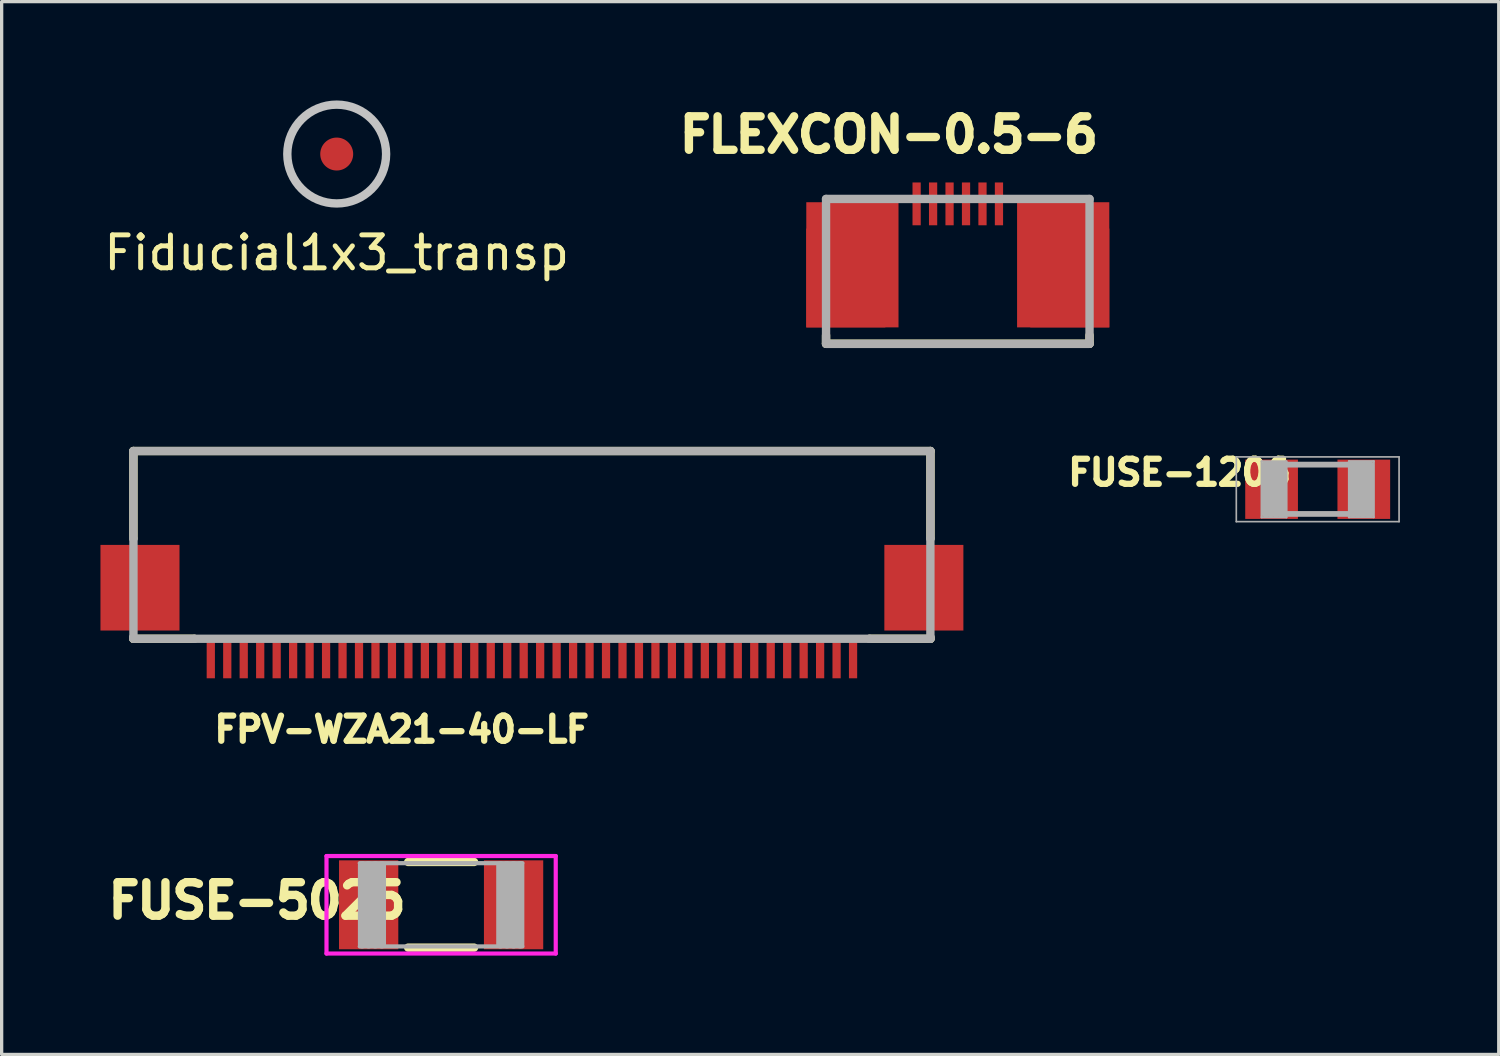
<source format=kicad_pcb>
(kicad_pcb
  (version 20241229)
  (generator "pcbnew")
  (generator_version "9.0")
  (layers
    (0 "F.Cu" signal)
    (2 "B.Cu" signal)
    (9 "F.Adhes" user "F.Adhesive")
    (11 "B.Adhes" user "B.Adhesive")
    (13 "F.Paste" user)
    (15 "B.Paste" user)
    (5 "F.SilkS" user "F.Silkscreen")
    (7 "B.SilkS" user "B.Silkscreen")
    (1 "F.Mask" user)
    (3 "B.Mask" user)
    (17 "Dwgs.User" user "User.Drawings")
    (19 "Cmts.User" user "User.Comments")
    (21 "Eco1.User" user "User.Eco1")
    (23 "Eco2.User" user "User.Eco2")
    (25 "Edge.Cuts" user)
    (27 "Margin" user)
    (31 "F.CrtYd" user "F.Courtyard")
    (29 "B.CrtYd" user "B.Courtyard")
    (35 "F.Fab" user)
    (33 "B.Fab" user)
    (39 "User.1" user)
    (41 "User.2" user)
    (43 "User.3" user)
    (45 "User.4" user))
  (footprint "FLEXCON-0.5-6"
    (layer "F.Cu")
    (at 26.03 5.29)
    (property "Reference" "FLEXCON-0.5-6" (at -2.092 -4.25 0) (layer "F.SilkS") (effects (font (size 1.016 1.016) (thickness 0.254))))
    (attr through_hole)
    (fp_line (start -4 2.095) (end -4 1.841) (stroke (width 0.254) (type solid)) (layer "F.SilkS"))
    (fp_line (start -4 2.095) (end 4 2.095) (stroke (width 0.254) (type solid)) (layer "F.SilkS"))
    (fp_line (start 4 2.095) (end 4 1.841) (stroke (width 0.254) (type solid)) (layer "F.SilkS"))
    (fp_line (start -4 -2.3) (end -4 2.1) (stroke (width 0.254) (type solid)) (layer "F.Fab"))
    (fp_line (start -4 2.1) (end 4 2.1) (stroke (width 0.254) (type solid)) (layer "F.Fab"))
    (fp_line (start 4 -2.3) (end -4 -2.3) (stroke (width 0.254) (type solid)) (layer "F.Fab"))
    (fp_line (start 4 2.1) (end 4 -2.3) (stroke (width 0.254) (type solid)) (layer "F.Fab"))
    (pad "0" smd rect (at -3.4 0.1) (size 2.4 3) (layers "F.Cu" "F.Mask" "F.Paste"))
    (pad "0" smd rect (at -3.2 -0.3) (size 2.8 3.8) (layers "F.Cu"))
    (pad "0" smd rect (at 3.2 -0.3) (size 2.8 3.8) (layers "F.Cu"))
    (pad "0" smd rect (at 3.4 0.1) (size 2.4 3) (layers "F.Cu" "F.Mask" "F.Paste"))
    (pad "1" smd rect (at -1.25 -2.15) (size 0.25 1.3) (layers "F.Cu" "F.Mask" "F.Paste"))
    (pad "2" smd rect (at -0.75 -2.15) (size 0.25 1.3) (layers "F.Cu" "F.Mask" "F.Paste"))
    (pad "3" smd rect (at -0.25 -2.15) (size 0.25 1.3) (layers "F.Cu" "F.Mask" "F.Paste"))
    (pad "4" smd rect (at 0.25 -2.15) (size 0.25 1.3) (layers "F.Cu" "F.Mask" "F.Paste"))
    (pad "5" smd rect (at 0.75 -2.15) (size 0.25 1.3) (layers "F.Cu" "F.Mask" "F.Paste"))
    (pad "6" smd rect (at 1.25 -2.15) (size 0.25 1.3) (layers "F.Cu" "F.Mask" "F.Paste")))
  (footprint "FPV-WZA21-40-LF"
    (layer "F.Cu")
    (at 13.1 14.144)
    (property "Reference" "FPV-WZA21-40-LF" (at -3.953 4.953 0) (layer "F.SilkS") (effects (font (size 0.762 0.762) (thickness 0.191))))
    (attr smd)
    (fp_line (start -12.1 -3.5) (end 12.1 -3.5) (stroke (width 0.254) (type solid)) (layer "F.SilkS"))
    (fp_line (start -12.1 -0.84) (end -12.1 -3.5) (stroke (width 0.254) (type solid)) (layer "F.SilkS"))
    (fp_line (start -12.1 2.2) (end -12.1 2.16) (stroke (width 0.254) (type solid)) (layer "F.SilkS"))
    (fp_line (start -10.25 2.2) (end -12.1 2.2) (stroke (width 0.254) (type solid)) (layer "F.SilkS"))
    (fp_line (start 12.1 -3.5) (end 12.1 -0.84) (stroke (width 0.254) (type solid)) (layer "F.SilkS"))
    (fp_line (start 12.1 2.16) (end 12.1 2.2) (stroke (width 0.254) (type solid)) (layer "F.SilkS"))
    (fp_line (start 12.1 2.2) (end 10.25 2.2) (stroke (width 0.254) (type solid)) (layer "F.SilkS"))
    (fp_line (start -12.1 -3.5) (end -12.1 -0.85) (stroke (width 0.254) (type solid)) (layer "F.Fab"))
    (fp_line (start -12.1 2.15) (end -12.1 2.2) (stroke (width 0.254) (type solid)) (layer "F.Fab"))
    (fp_line (start -12.1 2.2) (end -10.25 2.2) (stroke (width 0.254) (type solid)) (layer "F.Fab"))
    (fp_line (start -12.098 2.159) (end -12.098 -0.838) (stroke (width 0.254) (type solid)) (layer "F.Fab"))
    (fp_line (start 10.249 2.2) (end -10.249 2.2) (stroke (width 0.254) (type solid)) (layer "F.Fab"))
    (fp_line (start 12.098 -0.838) (end 12.098 2.159) (stroke (width 0.254) (type solid)) (layer "F.Fab"))
    (fp_line (start 12.1 -3.5) (end -12.1 -3.5) (stroke (width 0.254) (type solid)) (layer "F.Fab"))
    (fp_line (start 12.1 -0.85) (end 12.1 -3.5) (stroke (width 0.254) (type solid)) (layer "F.Fab"))
    (fp_line (start 12.1 2.15) (end 12.1 2.2) (stroke (width 0.254) (type solid)) (layer "F.Fab"))
    (fp_line (start 12.1 2.2) (end 10.25 2.2) (stroke (width 0.254) (type solid)) (layer "F.Fab"))
    (pad "0" smd rect (at -11.9 0.65 180) (size 2.4 2.6) (layers "F.Cu" "F.Mask" "F.Paste"))
    (pad "0" smd rect (at 11.9 0.65 180) (size 2.4 2.6) (layers "F.Cu" "F.Mask" "F.Paste"))
    (pad "1" smd rect (at -9.75 2.75 180) (size 0.25 1.3) (layers "F.Cu" "F.Mask" "F.Paste"))
    (pad "2" smd rect (at -9.25 2.75 180) (size 0.25 1.3) (layers "F.Cu" "F.Mask" "F.Paste"))
    (pad "3" smd rect (at -8.75 2.75 180) (size 0.25 1.3) (layers "F.Cu" "F.Mask" "F.Paste"))
    (pad "4" smd rect (at -8.25 2.75 180) (size 0.25 1.3) (layers "F.Cu" "F.Mask" "F.Paste"))
    (pad "5" smd rect (at -7.75 2.75 180) (size 0.25 1.3) (layers "F.Cu" "F.Mask" "F.Paste"))
    (pad "6" smd rect (at -7.25 2.75 180) (size 0.25 1.3) (layers "F.Cu" "F.Mask" "F.Paste"))
    (pad "7" smd rect (at -6.75 2.75 180) (size 0.25 1.3) (layers "F.Cu" "F.Mask" "F.Paste"))
    (pad "8" smd rect (at -6.25 2.75 180) (size 0.25 1.3) (layers "F.Cu" "F.Mask" "F.Paste"))
    (pad "9" smd rect (at -5.75 2.75 180) (size 0.25 1.3) (layers "F.Cu" "F.Mask" "F.Paste"))
    (pad "10" smd rect (at -5.25 2.75 180) (size 0.25 1.3) (layers "F.Cu" "F.Mask" "F.Paste"))
    (pad "11" smd rect (at -4.75 2.75 180) (size 0.25 1.3) (layers "F.Cu" "F.Mask" "F.Paste"))
    (pad "12" smd rect (at -4.25 2.75 180) (size 0.25 1.3) (layers "F.Cu" "F.Mask" "F.Paste"))
    (pad "13" smd rect (at -3.75 2.75 180) (size 0.25 1.3) (layers "F.Cu" "F.Mask" "F.Paste"))
    (pad "14" smd rect (at -3.25 2.75 180) (size 0.25 1.3) (layers "F.Cu" "F.Mask" "F.Paste"))
    (pad "15" smd rect (at -2.75 2.75 180) (size 0.25 1.3) (layers "F.Cu" "F.Mask" "F.Paste"))
    (pad "16" smd rect (at -2.25 2.75 180) (size 0.25 1.3) (layers "F.Cu" "F.Mask" "F.Paste"))
    (pad "17" smd rect (at -1.75 2.75 180) (size 0.25 1.3) (layers "F.Cu" "F.Mask" "F.Paste"))
    (pad "18" smd rect (at -1.25 2.75 180) (size 0.25 1.3) (layers "F.Cu" "F.Mask" "F.Paste"))
    (pad "19" smd rect (at -0.75 2.75 180) (size 0.25 1.3) (layers "F.Cu" "F.Mask" "F.Paste"))
    (pad "20" smd rect (at -0.25 2.75 180) (size 0.25 1.3) (layers "F.Cu" "F.Mask" "F.Paste"))
    (pad "21" smd rect (at 0.25 2.75 180) (size 0.25 1.3) (layers "F.Cu" "F.Mask" "F.Paste"))
    (pad "22" smd rect (at 0.75 2.75 180) (size 0.25 1.3) (layers "F.Cu" "F.Mask" "F.Paste"))
    (pad "23" smd rect (at 1.25 2.75 180) (size 0.25 1.3) (layers "F.Cu" "F.Mask" "F.Paste"))
    (pad "24" smd rect (at 1.75 2.75 180) (size 0.25 1.3) (layers "F.Cu" "F.Mask" "F.Paste"))
    (pad "25" smd rect (at 2.25 2.75 180) (size 0.25 1.3) (layers "F.Cu" "F.Mask" "F.Paste"))
    (pad "26" smd rect (at 2.75 2.75 180) (size 0.25 1.3) (layers "F.Cu" "F.Mask" "F.Paste"))
    (pad "27" smd rect (at 3.25 2.75 180) (size 0.25 1.3) (layers "F.Cu" "F.Mask" "F.Paste"))
    (pad "28" smd rect (at 3.75 2.75 180) (size 0.25 1.3) (layers "F.Cu" "F.Mask" "F.Paste"))
    (pad "29" smd rect (at 4.25 2.75 180) (size 0.25 1.3) (layers "F.Cu" "F.Mask" "F.Paste"))
    (pad "30" smd rect (at 4.75 2.75 180) (size 0.25 1.3) (layers "F.Cu" "F.Mask" "F.Paste"))
    (pad "31" smd rect (at 5.25 2.75 180) (size 0.25 1.3) (layers "F.Cu" "F.Mask" "F.Paste"))
    (pad "32" smd rect (at 5.75 2.75 180) (size 0.25 1.3) (layers "F.Cu" "F.Mask" "F.Paste"))
    (pad "33" smd rect (at 6.25 2.75 180) (size 0.25 1.3) (layers "F.Cu" "F.Mask" "F.Paste"))
    (pad "34" smd rect (at 6.75 2.75 180) (size 0.25 1.3) (layers "F.Cu" "F.Mask" "F.Paste"))
    (pad "35" smd rect (at 7.25 2.75 180) (size 0.25 1.3) (layers "F.Cu" "F.Mask" "F.Paste"))
    (pad "36" smd rect (at 7.75 2.75 180) (size 0.25 1.3) (layers "F.Cu" "F.Mask" "F.Paste"))
    (pad "37" smd rect (at 8.25 2.75 180) (size 0.25 1.3) (layers "F.Cu" "F.Mask" "F.Paste"))
    (pad "38" smd rect (at 8.75 2.75 180) (size 0.25 1.3) (layers "F.Cu" "F.Mask" "F.Paste"))
    (pad "39" smd rect (at 9.25 2.75 180) (size 0.25 1.3) (layers "F.Cu" "F.Mask" "F.Paste"))
    (pad "40" smd rect (at 9.75 2.75 180) (size 0.25 1.3) (layers "F.Cu" "F.Mask" "F.Paste")))
  (footprint "Fiducial1x3_transp"
    (layer "F.Cu")
    (at 7.173 1.627)
    (property "Reference" "Fiducial1x3_transp" (at 0 3 0) (layer "F.SilkS") (effects (font (size 1 1) (thickness 0.15))))
    (attr smd)
    (fp_circle (center 0 0) (end 1.5 0) (stroke (width 0.254) (type solid)) (fill no) (layer "Dwgs.User"))
    (pad "Fid1" connect circle (at 0 0) (size 1 1) (layers "F.Cu" "F.Mask")))
  (footprint "FUSE-5025"
    (layer "F.Cu")
    (at 10.343 24.421)
    (property "Reference" "FUSE-5025" (at -5.588 -0.127 0) (layer "F.SilkS") (effects (font (size 1.016 1.016) (thickness 0.254))))
    (attr smd)
    (fp_line (start -1 -1.3) (end 1 -1.3) (stroke (width 0.254) (type solid)) (layer "F.SilkS"))
    (fp_line (start -1 1.3) (end 1 1.3) (stroke (width 0.254) (type solid)) (layer "F.SilkS"))
    (fp_line (start -3.48 -1.48) (end 3.48 -1.48) (stroke (width 0.127) (type solid)) (layer "F.CrtYd"))
    (fp_line (start -3.48 1.48) (end -3.48 -1.48) (stroke (width 0.127) (type solid)) (layer "F.CrtYd"))
    (fp_line (start -3.48 1.48) (end 3.48 1.48) (stroke (width 0.127) (type solid)) (layer "F.CrtYd"))
    (fp_line (start 3.48 1.48) (end 3.48 -1.48) (stroke (width 0.127) (type solid)) (layer "F.CrtYd"))
    (fp_line (start -2.471 -1.264) (end 2.471 -1.264) (stroke (width 0.127) (type solid)) (layer "F.Fab"))
    (fp_line (start -2.4 1.2) (end -2.4 -1.2) (stroke (width 0.254) (type solid)) (layer "F.Fab"))
    (fp_line (start -2.2 1.2) (end -2.2 -1.2) (stroke (width 0.254) (type solid)) (layer "F.Fab"))
    (fp_line (start -2 1.2) (end -2 -1.2) (stroke (width 0.254) (type solid)) (layer "F.Fab"))
    (fp_line (start -1.8 1.2) (end -1.8 -1.2) (stroke (width 0.254) (type solid)) (layer "F.Fab"))
    (fp_line (start 1.8 1.2) (end 1.8 -1.2) (stroke (width 0.254) (type solid)) (layer "F.Fab"))
    (fp_line (start 2 1.2) (end 2 -1.2) (stroke (width 0.254) (type solid)) (layer "F.Fab"))
    (fp_line (start 2.2 1.2) (end 2.2 -1.2) (stroke (width 0.254) (type solid)) (layer "F.Fab"))
    (fp_line (start 2.4 1.2) (end 2.4 -1.2) (stroke (width 0.254) (type solid)) (layer "F.Fab"))
    (fp_line (start 2.471 1.264) (end -2.471 1.264) (stroke (width 0.127) (type solid)) (layer "F.Fab"))
    (pad "1" smd rect (at -2.2 0) (size 1.8 2.7) (layers "F.Cu" "F.Mask" "F.Paste"))
    (pad "2" smd rect (at 2.2 0) (size 1.8 2.7) (layers "F.Cu" "F.Mask" "F.Paste")))
  (footprint "FUSE-1206"
    (layer "F.Cu")
    (at 36.957 11.805)
    (property "Reference" "FUSE-1206" (at -4.191 -0.508 0) (layer "F.SilkS") (effects (font (size 0.762 0.762) (thickness 0.191))))
    (attr smd)
    (fp_line (start -2.471 -0.983) (end 2.471 -0.983) (stroke (width 0.051) (type solid)) (layer "F.Fab"))
    (fp_line (start -2.471 0.983) (end -2.471 -0.983) (stroke (width 0.051) (type solid)) (layer "F.Fab"))
    (fp_line (start -1.702 -0.848) (end -0.95 -0.848) (stroke (width 0.066) (type solid)) (layer "F.Fab"))
    (fp_line (start -1.702 0.851) (end -1.702 -0.848) (stroke (width 0.066) (type solid)) (layer "F.Fab"))
    (fp_line (start -1.702 0.851) (end -0.95 0.851) (stroke (width 0.066) (type solid)) (layer "F.Fab"))
    (fp_line (start -1.575 -0.711) (end -1.575 0.711) (stroke (width 0.28) (type solid)) (layer "F.Fab"))
    (fp_line (start -1.422 -0.711) (end -1.422 0.711) (stroke (width 0.28) (type solid)) (layer "F.Fab"))
    (fp_line (start -1.27 -0.711) (end -1.27 0.711) (stroke (width 0.28) (type solid)) (layer "F.Fab"))
    (fp_line (start -1.118 -0.711) (end -1.118 0.711) (stroke (width 0.28) (type solid)) (layer "F.Fab"))
    (fp_line (start -1.067 -0.711) (end -1.067 0.711) (stroke (width 0.28) (type solid)) (layer "F.Fab"))
    (fp_line (start -0.965 -0.711) (end 0.914 -0.711) (stroke (width 0.1) (type solid)) (layer "F.Fab"))
    (fp_line (start -0.965 0.711) (end 0.965 0.711) (stroke (width 0.1) (type solid)) (layer "F.Fab"))
    (fp_line (start -0.963 -0.785) (end 0.963 -0.785) (stroke (width 0.102) (type solid)) (layer "F.Fab"))
    (fp_line (start -0.963 0.785) (end 0.963 0.785) (stroke (width 0.102) (type solid)) (layer "F.Fab"))
    (fp_line (start -0.95 0.851) (end -0.95 -0.848) (stroke (width 0.066) (type solid)) (layer "F.Fab"))
    (fp_line (start 0.95 -0.851) (end 1.702 -0.851) (stroke (width 0.066) (type solid)) (layer "F.Fab"))
    (fp_line (start 0.95 0.848) (end 0.95 -0.851) (stroke (width 0.066) (type solid)) (layer "F.Fab"))
    (fp_line (start 0.95 0.848) (end 1.702 0.848) (stroke (width 0.066) (type solid)) (layer "F.Fab"))
    (fp_line (start 1.067 -0.711) (end 1.067 0.711) (stroke (width 0.28) (type solid)) (layer "F.Fab"))
    (fp_line (start 1.219 -0.711) (end 1.219 0.711) (stroke (width 0.28) (type solid)) (layer "F.Fab"))
    (fp_line (start 1.372 -0.711) (end 1.372 0.711) (stroke (width 0.28) (type solid)) (layer "F.Fab"))
    (fp_line (start 1.524 -0.711) (end 1.524 0.711) (stroke (width 0.28) (type solid)) (layer "F.Fab"))
    (fp_line (start 1.575 -0.711) (end 1.575 0.711) (stroke (width 0.28) (type solid)) (layer "F.Fab"))
    (fp_line (start 1.702 0.848) (end 1.702 -0.851) (stroke (width 0.066) (type solid)) (layer "F.Fab"))
    (fp_line (start 2.471 -0.983) (end 2.471 0.983) (stroke (width 0.051) (type solid)) (layer "F.Fab"))
    (fp_line (start 2.471 0.983) (end -2.471 0.983) (stroke (width 0.051) (type solid)) (layer "F.Fab"))
    (pad "1" smd rect (at -1.4 0) (size 1.6 1.8) (layers "F.Cu" "F.Mask" "F.Paste"))
    (pad "2" smd rect (at 1.4 0) (size 1.6 1.8) (layers "F.Cu" "F.Mask" "F.Paste")))
  (gr_rect
    (start -3 -3)
    (end 42.454 28.964)
    (stroke (width 0.1) (type default))
    (fill no)
    (layer "Edge.Cuts")))
</source>
